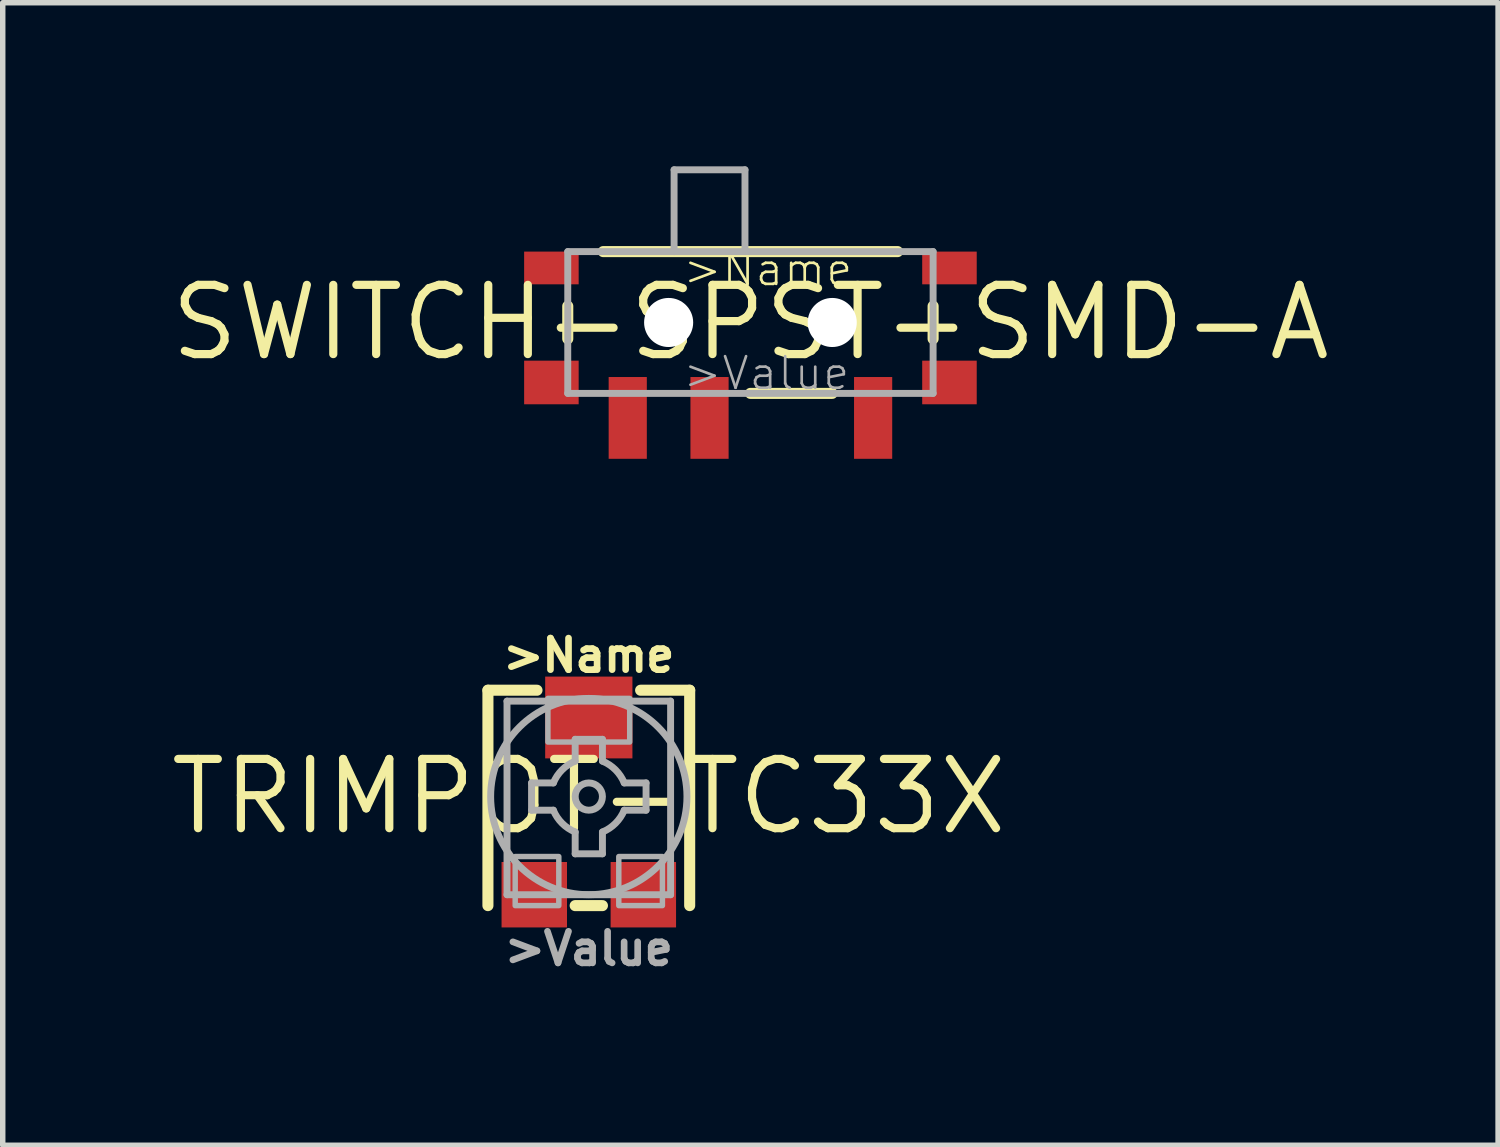
<source format=kicad_pcb>
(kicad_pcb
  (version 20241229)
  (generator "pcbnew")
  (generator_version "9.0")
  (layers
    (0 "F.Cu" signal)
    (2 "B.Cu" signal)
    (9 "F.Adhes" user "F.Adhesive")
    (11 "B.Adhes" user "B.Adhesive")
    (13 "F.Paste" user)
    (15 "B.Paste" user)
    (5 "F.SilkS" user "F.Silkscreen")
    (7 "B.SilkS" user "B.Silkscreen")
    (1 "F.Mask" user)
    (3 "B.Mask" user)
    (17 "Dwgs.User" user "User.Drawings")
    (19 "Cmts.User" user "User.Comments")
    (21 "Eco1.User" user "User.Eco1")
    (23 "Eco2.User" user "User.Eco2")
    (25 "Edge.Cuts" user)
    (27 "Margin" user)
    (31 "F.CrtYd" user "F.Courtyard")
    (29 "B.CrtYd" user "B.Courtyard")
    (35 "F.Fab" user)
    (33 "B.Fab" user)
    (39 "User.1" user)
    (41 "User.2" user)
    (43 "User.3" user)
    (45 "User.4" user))
  (footprint "SWITCH-SPST-SMD-A"
    (layer "F.Cu")
    (at 10.712 2.864)
    (property "Reference" "SWITCH-SPST-SMD-A" (at 0 0 0) (layer "F.SilkS") (effects (font (size 1.27 1.27) (thickness 0.15))))
    (attr through_hole)
    (fp_line (start -3.35 -0.3) (end -3.35 0.3) (stroke (width 0.203) (type solid)) (layer "F.SilkS"))
    (fp_line (start 1.5 1.3) (end 0 1.3) (stroke (width 0.203) (type solid)) (layer "F.SilkS"))
    (fp_line (start 2.7 -1.3) (end -2.7 -1.3) (stroke (width 0.203) (type solid)) (layer "F.SilkS"))
    (fp_line (start 3.35 -0.3) (end 3.35 0.3) (stroke (width 0.203) (type solid)) (layer "F.SilkS"))
    (fp_line (start -3.35 -1.3) (end -3.35 1.3) (stroke (width 0.127) (type solid)) (layer "F.Fab"))
    (fp_line (start -3.35 1.3) (end 3.35 1.3) (stroke (width 0.127) (type solid)) (layer "F.Fab"))
    (fp_line (start -1.4 -2.8) (end -1.4 -1.3) (stroke (width 0.127) (type solid)) (layer "F.Fab"))
    (fp_line (start -1.4 -1.3) (end -3.35 -1.3) (stroke (width 0.127) (type solid)) (layer "F.Fab"))
    (fp_line (start -0.1 -2.8) (end -1.4 -2.8) (stroke (width 0.127) (type solid)) (layer "F.Fab"))
    (fp_line (start -0.1 -1.3) (end -1.4 -1.3) (stroke (width 0.127) (type solid)) (layer "F.Fab"))
    (fp_line (start -0.1 -1.3) (end -0.1 -2.8) (stroke (width 0.127) (type solid)) (layer "F.Fab"))
    (fp_line (start 3.35 -1.3) (end -0.1 -1.3) (stroke (width 0.127) (type solid)) (layer "F.Fab"))
    (fp_line (start 3.35 1.3) (end 3.35 -1.3) (stroke (width 0.127) (type solid)) (layer "F.Fab"))
    (fp_text user ">Name" (at -1.27 -0.635 0) (layer "F.SilkS") (effects (font (size 0.579 0.579) (thickness 0.049)) (justify left bottom)))
    (fp_text user ">Value" (at -1.27 1.27 0) (layer "F.Fab") (effects (font (size 0.579 0.579) (thickness 0.049)) (justify left bottom)))
    (pad "" np_thru_hole circle (at -1.5 0) (size 0.9 0.9) (drill 0.9) (layers "*.Cu" "*.Mask"))
    (pad "" np_thru_hole circle (at 1.5 0) (size 0.9 0.9) (drill 0.9) (layers "*.Cu" "*.Mask"))
    (pad "1" smd rect (at -2.25 1.75 180) (size 0.7 1.5) (layers "F.Cu" "F.Mask" "F.Paste"))
    (pad "2" smd rect (at -0.75 1.75 180) (size 0.7 1.5) (layers "F.Cu" "F.Mask" "F.Paste"))
    (pad "3" smd rect (at 2.25 1.75 180) (size 0.7 1.5) (layers "F.Cu" "F.Mask" "F.Paste"))
    (pad "GND1" smd rect (at -3.65 -1) (size 1 0.6) (layers "F.Cu" "F.Mask" "F.Paste"))
    (pad "GND2" smd rect (at -3.65 1.1) (size 1 0.8) (layers "F.Cu" "F.Mask" "F.Paste"))
    (pad "GND3" smd rect (at 3.65 -1) (size 1 0.6) (layers "F.Cu" "F.Mask" "F.Paste"))
    (pad "GND4" smd rect (at 3.65 1.1) (size 1 0.8) (layers "F.Cu" "F.Mask" "F.Paste")))
  (footprint "TRIMPOT-TC33X"
    (layer "F.Cu")
    (at 7.748 11.558)
    (property "Reference" "TRIMPOT-TC33X" (at 0 0 0) (layer "F.SilkS") (effects (font (size 1.27 1.27) (thickness 0.15))))
    (attr through_hole)
    (fp_line (start -1.85 -1.95) (end -0.95 -1.95) (stroke (width 0.203) (type solid)) (layer "F.SilkS"))
    (fp_line (start -1.85 2) (end -1.85 -1.95) (stroke (width 0.203) (type solid)) (layer "F.SilkS"))
    (fp_line (start 0.25 2) (end -0.25 2) (stroke (width 0.203) (type solid)) (layer "F.SilkS"))
    (fp_line (start 0.95 -1.95) (end 1.85 -1.95) (stroke (width 0.203) (type solid)) (layer "F.SilkS"))
    (fp_line (start 1.85 -1.95) (end 1.85 2) (stroke (width 0.203) (type solid)) (layer "F.SilkS"))
    (fp_line (start -1.5 -1.75) (end 1.5 -1.75) (stroke (width 0.127) (type solid)) (layer "F.Fab"))
    (fp_line (start -1.5 1.8) (end -1.5 -1.75) (stroke (width 0.127) (type solid)) (layer "F.Fab"))
    (fp_line (start -1.05 -0.25) (end -0.65 -0.25) (stroke (width 0.127) (type solid)) (layer "F.Fab"))
    (fp_line (start -1.05 0.25) (end -1.05 -0.25) (stroke (width 0.127) (type solid)) (layer "F.Fab"))
    (fp_line (start -0.65 0.25) (end -1.05 0.25) (stroke (width 0.127) (type solid)) (layer "F.Fab"))
    (fp_line (start -0.25 -1.05) (end 0.25 -1.05) (stroke (width 0.127) (type solid)) (layer "F.Fab"))
    (fp_line (start -0.25 -0.65) (end -0.25 -1.05) (stroke (width 0.127) (type solid)) (layer "F.Fab"))
    (fp_line (start -0.25 1.05) (end -0.25 0.65) (stroke (width 0.127) (type solid)) (layer "F.Fab"))
    (fp_line (start 0.25 -1.05) (end 0.25 -0.65) (stroke (width 0.127) (type solid)) (layer "F.Fab"))
    (fp_line (start 0.25 0.65) (end 0.25 1.05) (stroke (width 0.127) (type solid)) (layer "F.Fab"))
    (fp_line (start 0.25 1.05) (end -0.25 1.05) (stroke (width 0.127) (type solid)) (layer "F.Fab"))
    (fp_line (start 0.65 -0.25) (end 1.05 -0.25) (stroke (width 0.127) (type solid)) (layer "F.Fab"))
    (fp_line (start 1.05 -0.25) (end 1.05 0.25) (stroke (width 0.127) (type solid)) (layer "F.Fab"))
    (fp_line (start 1.05 0.25) (end 0.65 0.25) (stroke (width 0.127) (type solid)) (layer "F.Fab"))
    (fp_line (start 1.5 -1.75) (end 1.5 1.8) (stroke (width 0.127) (type solid)) (layer "F.Fab"))
    (fp_line (start 1.5 1.8) (end -1.5 1.8) (stroke (width 0.127) (type solid)) (layer "F.Fab"))
    (fp_arc (start -0.65 -0.25) (mid -0.489783 -0.489782) (end -0.250001 -0.65) (stroke (width 0.127) (type solid)) (layer "F.Fab"))
    (fp_arc (start -0.25 0.65) (mid -0.489782 0.489783) (end -0.65 0.250001) (stroke (width 0.127) (type solid)) (layer "F.Fab"))
    (fp_arc (start 0.25 -0.65) (mid 0.489782 -0.489783) (end 0.65 -0.250001) (stroke (width 0.127) (type solid)) (layer "F.Fab"))
    (fp_arc (start 0.65 0.25) (mid 0.489783 0.489782) (end 0.250001 0.65) (stroke (width 0.127) (type solid)) (layer "F.Fab"))
    (fp_circle (center 0 0) (end 0.25 0) (stroke (width 0.127) (type solid)) (fill no) (layer "F.Fab"))
    (fp_circle (center 0 0) (end 1.8 0) (stroke (width 0.127) (type solid)) (fill no) (layer "F.Fab"))
    (fp_poly (pts (xy -1.35 2) (xy -0.55 2) (xy -0.55 1.1) (xy -1.35 1.1)) (stroke (width 0.1) (type solid)) (fill no) (layer "F.Fab"))
    (fp_poly (pts (xy -0.75 -1) (xy 0.75 -1) (xy 0.75 -1.8) (xy -0.75 -1.8)) (stroke (width 0.1) (type solid)) (fill no) (layer "F.Fab"))
    (fp_poly (pts (xy 1.35 1.1) (xy 0.55 1.1) (xy 0.55 2) (xy 1.35 2)) (stroke (width 0.1) (type solid)) (fill no) (layer "F.Fab"))
    (fp_text user ">Name" (at 0 -2.25 0) (layer "F.SilkS") (effects (font (size 0.579 0.579) (thickness 0.122)) (justify bottom)))
    (fp_text user ">Value" (at 0 2.45 0) (layer "F.Fab") (effects (font (size 0.579 0.579) (thickness 0.122)) (justify top)))
    (pad "1" smd rect (at -1 1.8) (size 1.2 1.2) (layers "F.Cu" "F.Mask" "F.Paste"))
    (pad "2" smd rect (at 0 -1.45) (size 1.6 1.5) (layers "F.Cu" "F.Mask" "F.Paste"))
    (pad "3" smd rect (at 1 1.8) (size 1.2 1.2) (layers "F.Cu" "F.Mask" "F.Paste")))
  (gr_rect
    (start -3 -3)
    (end 24.423 17.953)
    (stroke (width 0.1) (type default))
    (fill no)
    (layer "Edge.Cuts")))
</source>
